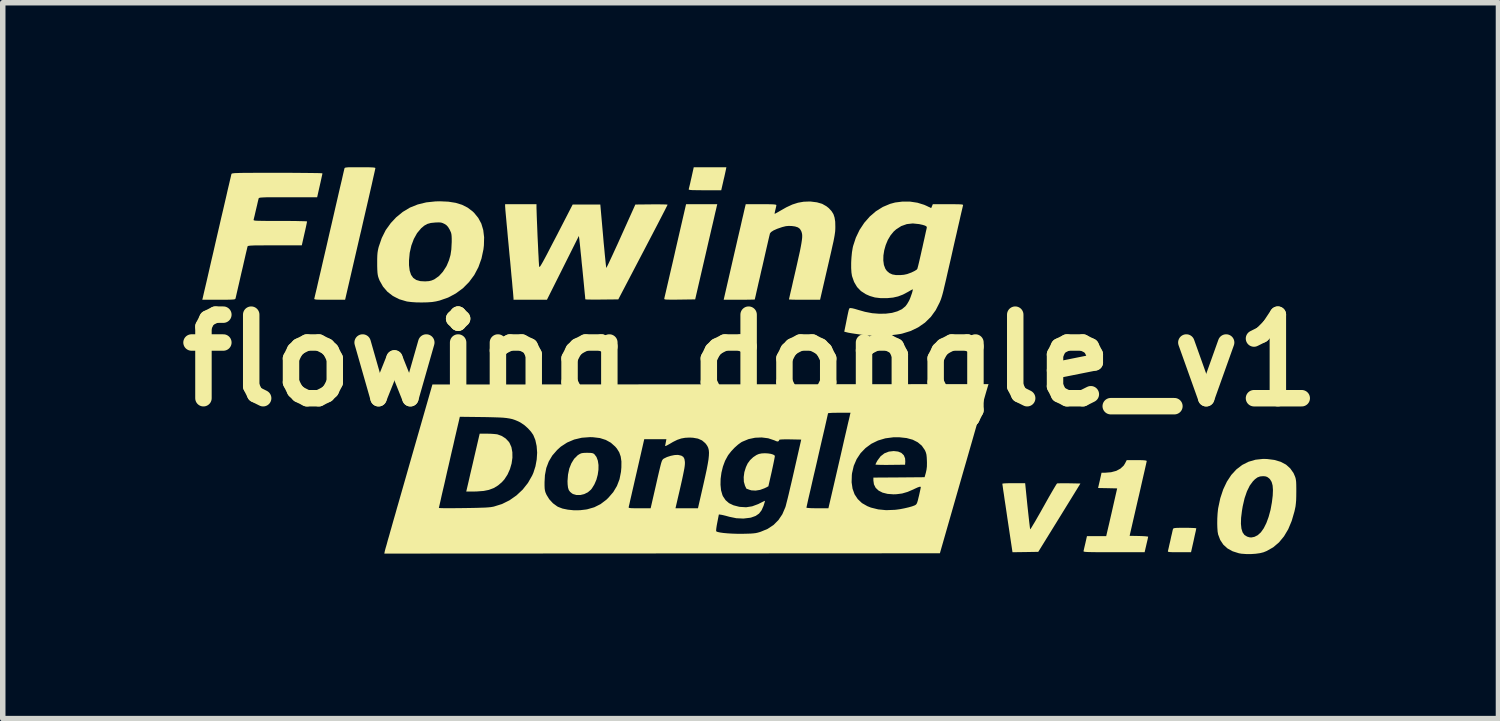
<source format=kicad_pcb>
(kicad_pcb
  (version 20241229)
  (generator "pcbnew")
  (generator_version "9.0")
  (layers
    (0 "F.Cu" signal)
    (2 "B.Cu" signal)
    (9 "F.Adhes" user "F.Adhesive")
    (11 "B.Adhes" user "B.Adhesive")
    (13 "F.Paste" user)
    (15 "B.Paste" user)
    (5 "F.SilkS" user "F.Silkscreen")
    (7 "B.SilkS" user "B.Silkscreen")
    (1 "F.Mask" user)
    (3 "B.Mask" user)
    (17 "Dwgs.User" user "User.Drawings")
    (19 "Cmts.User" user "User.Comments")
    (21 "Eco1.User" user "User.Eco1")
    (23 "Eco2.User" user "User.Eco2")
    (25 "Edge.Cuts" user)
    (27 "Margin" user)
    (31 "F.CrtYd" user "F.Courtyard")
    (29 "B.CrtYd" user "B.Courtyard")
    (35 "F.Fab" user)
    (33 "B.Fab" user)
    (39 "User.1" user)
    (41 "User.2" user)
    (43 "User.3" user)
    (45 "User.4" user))
  (footprint "flowing_dongle_v1"
    (layer "F.Cu")
    (at 10.639 3.523)
    (property "Reference" "flowing_dongle_v1" (at 0 0 0) (layer "F.SilkS") (effects (font (size 1.524 1.524) (thickness 0.3))))
    (attr board_only exclude_from_pos_files exclude_from_bom)
    (fp_poly (pts (xy 2.69 1.662) (xy 2.751 1.688) (xy 2.794 1.73) (xy 2.817 1.786) (xy 2.821 1.844) (xy 2.817 1.902) (xy 2.547 1.905) (xy 2.467 1.906) (xy 2.397 1.905) (xy 2.339 1.904) (xy 2.299 1.902) (xy 2.278 1.9) (xy 2.277 1.899) (xy 2.283 1.883) (xy 2.298 1.853) (xy 2.315 1.823) (xy 2.371 1.748) (xy 2.439 1.695) (xy 2.521 1.663) (xy 2.61 1.653)) (stroke (width 0) (type solid)) (fill yes) (layer "F.SilkS"))
    (fp_poly (pts (xy -0.45 -3.482) (xy -0.456 -3.454) (xy -0.466 -3.408) (xy -0.479 -3.349) (xy -0.495 -3.283) (xy -0.497 -3.272) (xy -0.536 -3.103) (xy -0.836 -3.103) (xy -0.934 -3.104) (xy -1.01 -3.105) (xy -1.065 -3.106) (xy -1.101 -3.109) (xy -1.122 -3.113) (xy -1.129 -3.118) (xy -1.129 -3.119) (xy -1.125 -3.137) (xy -1.116 -3.174) (xy -1.103 -3.227) (xy -1.089 -3.291) (xy -1.08 -3.329) (xy -1.037 -3.523) (xy -0.739 -3.523) (xy -0.442 -3.523)) (stroke (width 0) (type solid)) (fill yes) (layer "F.SilkS"))
    (fp_poly (pts (xy -4.748 1.337) (xy -4.686 1.341) (xy -4.636 1.346) (xy -4.617 1.349) (xy -4.54 1.377) (xy -4.468 1.423) (xy -4.411 1.483) (xy -4.397 1.503) (xy -4.362 1.582) (xy -4.345 1.675) (xy -4.344 1.775) (xy -4.359 1.88) (xy -4.389 1.983) (xy -4.433 2.081) (xy -4.49 2.169) (xy -4.533 2.217) (xy -4.606 2.28) (xy -4.685 2.328) (xy -4.773 2.361) (xy -4.876 2.381) (xy -4.997 2.39) (xy -5.045 2.391) (xy -5.186 2.391) (xy -5.145 2.216) (xy -5.131 2.155) (xy -5.113 2.075) (xy -5.091 1.982) (xy -5.067 1.88) (xy -5.043 1.775) (xy -5.023 1.689) (xy -4.941 1.336) (xy -4.812 1.336)) (stroke (width 0) (type solid)) (fill yes) (layer "F.SilkS"))
    (fp_poly (pts (xy -0.617 -2.814) (xy -0.621 -2.796) (xy -0.63 -2.755) (xy -0.645 -2.694) (xy -0.663 -2.614) (xy -0.685 -2.518) (xy -0.711 -2.408) (xy -0.739 -2.287) (xy -0.77 -2.155) (xy -0.802 -2.015) (xy -0.818 -1.946) (xy -1.011 -1.113) (xy -1.296 -1.109) (xy -1.388 -1.108) (xy -1.458 -1.108) (xy -1.508 -1.109) (xy -1.542 -1.11) (xy -1.562 -1.113) (xy -1.572 -1.117) (xy -1.575 -1.123) (xy -1.574 -1.129) (xy -1.571 -1.144) (xy -1.562 -1.183) (xy -1.548 -1.242) (xy -1.53 -1.32) (xy -1.508 -1.415) (xy -1.483 -1.523) (xy -1.455 -1.644) (xy -1.424 -1.776) (xy -1.392 -1.915) (xy -1.373 -2) (xy -1.177 -2.849) (xy -0.608 -2.849)) (stroke (width 0) (type solid)) (fill yes) (layer "F.SilkS"))
    (fp_poly (pts (xy 0.316 1.696) (xy 0.369 1.704) (xy 0.411 1.717) (xy 0.437 1.733) (xy 0.442 1.743) (xy 0.44 1.76) (xy 0.433 1.799) (xy 0.422 1.854) (xy 0.408 1.922) (xy 0.391 2) (xy 0.385 2.029) (xy 0.324 2.296) (xy 0.252 2.332) (xy 0.173 2.361) (xy 0.092 2.374) (xy 0.016 2.37) (xy -0.019 2.36) (xy -0.051 2.348) (xy -0.071 2.341) (xy -0.074 2.341) (xy -0.081 2.33) (xy -0.094 2.303) (xy -0.102 2.286) (xy -0.123 2.213) (xy -0.126 2.128) (xy -0.114 2.037) (xy -0.085 1.945) (xy -0.054 1.879) (xy -0.01 1.819) (xy 0.047 1.765) (xy 0.109 1.724) (xy 0.152 1.706) (xy 0.202 1.696) (xy 0.258 1.693)) (stroke (width 0) (type solid)) (fill yes) (layer "F.SilkS"))
    (fp_poly (pts (xy -2.926 1.686) (xy -2.89 1.69) (xy -2.865 1.699) (xy -2.849 1.711) (xy -2.811 1.761) (xy -2.786 1.828) (xy -2.774 1.907) (xy -2.775 1.994) (xy -2.788 2.085) (xy -2.812 2.175) (xy -2.848 2.259) (xy -2.894 2.334) (xy -2.913 2.358) (xy -2.968 2.405) (xy -3.035 2.438) (xy -3.106 2.455) (xy -3.176 2.455) (xy -3.238 2.437) (xy -3.257 2.426) (xy -3.292 2.397) (xy -3.316 2.364) (xy -3.33 2.32) (xy -3.337 2.261) (xy -3.339 2.2) (xy -3.33 2.082) (xy -3.307 1.972) (xy -3.268 1.875) (xy -3.218 1.794) (xy -3.156 1.732) (xy -3.14 1.721) (xy -3.11 1.703) (xy -3.081 1.692) (xy -3.047 1.687) (xy -2.997 1.685) (xy -2.982 1.685)) (stroke (width 0) (type solid)) (fill yes) (layer "F.SilkS"))
    (fp_poly (pts (xy 7.988 3.053) (xy 8.048 3.055) (xy 8.094 3.057) (xy 8.121 3.06) (xy 8.128 3.062) (xy 8.125 3.077) (xy 8.118 3.113) (xy 8.106 3.164) (xy 8.092 3.228) (xy 8.08 3.285) (xy 8.032 3.498) (xy 7.818 3.498) (xy 7.74 3.498) (xy 7.684 3.497) (xy 7.646 3.495) (xy 7.623 3.492) (xy 7.612 3.487) (xy 7.61 3.48) (xy 7.611 3.475) (xy 7.616 3.455) (xy 7.625 3.416) (xy 7.637 3.361) (xy 7.652 3.298) (xy 7.657 3.275) (xy 7.671 3.21) (xy 7.685 3.152) (xy 7.695 3.106) (xy 7.702 3.079) (xy 7.703 3.075) (xy 7.708 3.067) (xy 7.718 3.061) (xy 7.739 3.057) (xy 7.773 3.054) (xy 7.824 3.053) (xy 7.895 3.053) (xy 7.918 3.053)) (stroke (width 0) (type solid)) (fill yes) (layer "F.SilkS"))
    (fp_poly (pts (xy 5.049 2.655) (xy 5.06 2.755) (xy 5.07 2.847) (xy 5.079 2.928) (xy 5.087 2.995) (xy 5.093 3.044) (xy 5.097 3.074) (xy 5.099 3.08) (xy 5.107 3.071) (xy 5.125 3.043) (xy 5.153 2.996) (xy 5.19 2.935) (xy 5.232 2.861) (xy 5.281 2.776) (xy 5.333 2.683) (xy 5.341 2.669) (xy 5.394 2.574) (xy 5.443 2.487) (xy 5.488 2.409) (xy 5.526 2.344) (xy 5.557 2.292) (xy 5.578 2.258) (xy 5.589 2.244) (xy 5.589 2.243) (xy 5.606 2.242) (xy 5.644 2.241) (xy 5.698 2.24) (xy 5.764 2.241) (xy 5.81 2.241) (xy 6.015 2.245) (xy 5.631 2.868) (xy 5.246 3.491) (xy 5.011 3.495) (xy 4.776 3.498) (xy 4.683 2.878) (xy 4.665 2.755) (xy 4.648 2.64) (xy 4.632 2.536) (xy 4.619 2.443) (xy 4.607 2.366) (xy 4.599 2.306) (xy 4.593 2.266) (xy 4.591 2.249) (xy 4.591 2.248) (xy 4.603 2.245) (xy 4.637 2.242) (xy 4.687 2.24) (xy 4.75 2.239) (xy 4.799 2.239) (xy 5.007 2.239)) (stroke (width 0) (type solid)) (fill yes) (layer "F.SilkS"))
    (fp_poly (pts (xy -7.027 -3.523) (xy -6.954 -3.522) (xy -6.901 -3.52) (xy -6.867 -3.517) (xy -6.848 -3.513) (xy -6.843 -3.507) (xy -6.846 -3.493) (xy -6.854 -3.455) (xy -6.867 -3.397) (xy -6.885 -3.318) (xy -6.906 -3.222) (xy -6.932 -3.109) (xy -6.961 -2.982) (xy -6.993 -2.843) (xy -7.028 -2.692) (xy -7.065 -2.532) (xy -7.103 -2.365) (xy -7.119 -2.299) (xy -7.395 -1.107) (xy -7.679 -1.107) (xy -7.771 -1.107) (xy -7.841 -1.107) (xy -7.891 -1.108) (xy -7.925 -1.11) (xy -7.946 -1.114) (xy -7.955 -1.118) (xy -7.958 -1.124) (xy -7.957 -1.129) (xy -7.953 -1.144) (xy -7.944 -1.183) (xy -7.93 -1.242) (xy -7.911 -1.321) (xy -7.889 -1.418) (xy -7.863 -1.531) (xy -7.833 -1.658) (xy -7.801 -1.798) (xy -7.766 -1.948) (xy -7.729 -2.107) (xy -7.691 -2.274) (xy -7.683 -2.309) (xy -7.644 -2.476) (xy -7.607 -2.637) (xy -7.572 -2.79) (xy -7.539 -2.932) (xy -7.509 -3.063) (xy -7.482 -3.179) (xy -7.458 -3.28) (xy -7.439 -3.364) (xy -7.424 -3.429) (xy -7.414 -3.472) (xy -7.409 -3.493) (xy -7.409 -3.495) (xy -7.406 -3.504) (xy -7.401 -3.511) (xy -7.39 -3.516) (xy -7.369 -3.519) (xy -7.337 -3.522) (xy -7.289 -3.523) (xy -7.223 -3.523) (xy -7.134 -3.523) (xy -7.122 -3.523)) (stroke (width 0) (type solid)) (fill yes) (layer "F.SilkS"))
    (fp_poly (pts (xy 7.118 1.819) (xy 7.171 1.821) (xy 7.204 1.825) (xy 7.221 1.83) (xy 7.224 1.835) (xy 7.221 1.85) (xy 7.213 1.887) (xy 7.2 1.945) (xy 7.183 2.02) (xy 7.162 2.111) (xy 7.138 2.216) (xy 7.112 2.331) (xy 7.084 2.454) (xy 7.067 2.525) (xy 6.912 3.199) (xy 7.081 3.202) (xy 7.143 3.204) (xy 7.195 3.207) (xy 7.232 3.211) (xy 7.249 3.214) (xy 7.25 3.215) (xy 7.247 3.231) (xy 7.24 3.265) (xy 7.229 3.312) (xy 7.224 3.332) (xy 7.212 3.385) (xy 7.201 3.431) (xy 7.194 3.463) (xy 7.192 3.469) (xy 7.186 3.498) (xy 6.626 3.498) (xy 6.491 3.498) (xy 6.381 3.497) (xy 6.291 3.497) (xy 6.22 3.496) (xy 6.166 3.495) (xy 6.127 3.493) (xy 6.1 3.491) (xy 6.083 3.488) (xy 6.074 3.484) (xy 6.071 3.48) (xy 6.072 3.475) (xy 6.077 3.454) (xy 6.086 3.414) (xy 6.098 3.363) (xy 6.106 3.329) (xy 6.134 3.205) (xy 6.485 3.205) (xy 6.524 3.037) (xy 6.54 2.97) (xy 6.559 2.886) (xy 6.581 2.791) (xy 6.603 2.694) (xy 6.624 2.601) (xy 6.685 2.334) (xy 6.511 2.33) (xy 6.337 2.327) (xy 6.355 2.248) (xy 6.368 2.193) (xy 6.38 2.138) (xy 6.387 2.108) (xy 6.4 2.048) (xy 6.467 2.048) (xy 6.575 2.039) (xy 6.669 2.014) (xy 6.745 1.973) (xy 6.804 1.918) (xy 6.828 1.879) (xy 6.859 1.819) (xy 7.042 1.819)) (stroke (width 0) (type solid)) (fill yes) (layer "F.SilkS"))
    (fp_poly (pts (xy 9.419 1.798) (xy 9.552 1.815) (xy 9.667 1.849) (xy 9.764 1.9) (xy 9.841 1.969) (xy 9.901 2.054) (xy 9.928 2.116) (xy 9.938 2.145) (xy 9.944 2.176) (xy 9.949 2.215) (xy 9.951 2.266) (xy 9.952 2.335) (xy 9.952 2.398) (xy 9.951 2.484) (xy 9.949 2.553) (xy 9.944 2.609) (xy 9.938 2.661) (xy 9.927 2.714) (xy 9.918 2.755) (xy 9.868 2.927) (xy 9.805 3.078) (xy 9.727 3.209) (xy 9.636 3.319) (xy 9.531 3.408) (xy 9.413 3.475) (xy 9.354 3.499) (xy 9.29 3.515) (xy 9.21 3.526) (xy 9.121 3.532) (xy 9.032 3.531) (xy 8.951 3.525) (xy 8.905 3.517) (xy 8.791 3.481) (xy 8.697 3.429) (xy 8.621 3.36) (xy 8.564 3.274) (xy 8.526 3.173) (xy 8.517 3.122) (xy 8.512 3.052) (xy 8.51 2.98) (xy 8.942 2.98) (xy 8.951 3.067) (xy 8.972 3.135) (xy 9.006 3.183) (xy 9.053 3.212) (xy 9.057 3.214) (xy 9.097 3.226) (xy 9.13 3.229) (xy 9.168 3.222) (xy 9.19 3.217) (xy 9.249 3.187) (xy 9.306 3.135) (xy 9.359 3.06) (xy 9.406 2.966) (xy 9.447 2.854) (xy 9.482 2.726) (xy 9.507 2.588) (xy 9.522 2.465) (xy 9.526 2.363) (xy 9.52 2.281) (xy 9.502 2.216) (xy 9.472 2.167) (xy 9.455 2.15) (xy 9.421 2.125) (xy 9.387 2.114) (xy 9.347 2.111) (xy 9.291 2.116) (xy 9.243 2.134) (xy 9.197 2.168) (xy 9.162 2.203) (xy 9.103 2.283) (xy 9.052 2.387) (xy 9.009 2.512) (xy 8.975 2.658) (xy 8.961 2.741) (xy 8.945 2.871) (xy 8.942 2.98) (xy 8.51 2.98) (xy 8.51 2.97) (xy 8.511 2.882) (xy 8.516 2.795) (xy 8.524 2.716) (xy 8.528 2.69) (xy 8.566 2.512) (xy 8.619 2.352) (xy 8.686 2.211) (xy 8.766 2.089) (xy 8.859 1.988) (xy 8.964 1.907) (xy 9.081 1.848) (xy 9.208 1.811) (xy 9.346 1.796)) (stroke (width 0) (type solid)) (fill yes) (layer "F.SilkS"))
    (fp_poly (pts (xy -5.512 -2.895) (xy -5.379 -2.874) (xy -5.262 -2.838) (xy -5.16 -2.786) (xy -5.069 -2.717) (xy -5.043 -2.692) (xy -4.967 -2.599) (xy -4.911 -2.495) (xy -4.876 -2.378) (xy -4.86 -2.246) (xy -4.864 -2.099) (xy -4.872 -2.027) (xy -4.908 -1.858) (xy -4.964 -1.701) (xy -5.04 -1.557) (xy -5.135 -1.429) (xy -5.247 -1.316) (xy -5.375 -1.222) (xy -5.517 -1.146) (xy -5.672 -1.092) (xy -5.74 -1.076) (xy -5.81 -1.065) (xy -5.897 -1.059) (xy -5.994 -1.057) (xy -6.091 -1.058) (xy -6.182 -1.064) (xy -6.257 -1.073) (xy -6.277 -1.077) (xy -6.408 -1.116) (xy -6.524 -1.175) (xy -6.623 -1.252) (xy -6.704 -1.346) (xy -6.766 -1.456) (xy -6.782 -1.496) (xy -6.793 -1.529) (xy -6.8 -1.562) (xy -6.805 -1.601) (xy -6.808 -1.651) (xy -6.81 -1.719) (xy -6.81 -1.768) (xy -6.81 -1.823) (xy -6.23 -1.823) (xy -6.23 -1.737) (xy -6.218 -1.639) (xy -6.193 -1.562) (xy -6.153 -1.505) (xy -6.097 -1.467) (xy -6.024 -1.446) (xy -5.932 -1.441) (xy -5.927 -1.442) (xy -5.867 -1.446) (xy -5.82 -1.457) (xy -5.776 -1.475) (xy -5.763 -1.482) (xy -5.684 -1.538) (xy -5.613 -1.616) (xy -5.552 -1.71) (xy -5.539 -1.735) (xy -5.5 -1.829) (xy -5.473 -1.923) (xy -5.458 -2.024) (xy -5.452 -2.142) (xy -5.451 -2.157) (xy -5.451 -2.223) (xy -5.453 -2.269) (xy -5.457 -2.304) (xy -5.464 -2.332) (xy -5.477 -2.361) (xy -5.488 -2.385) (xy -5.517 -2.433) (xy -5.547 -2.466) (xy -5.584 -2.49) (xy -5.616 -2.505) (xy -5.645 -2.514) (xy -5.681 -2.517) (xy -5.732 -2.516) (xy -5.749 -2.515) (xy -5.831 -2.507) (xy -5.896 -2.489) (xy -5.953 -2.457) (xy -6.01 -2.409) (xy -6.01 -2.408) (xy -6.083 -2.321) (xy -6.142 -2.215) (xy -6.187 -2.095) (xy -6.217 -1.963) (xy -6.23 -1.823) (xy -6.81 -1.823) (xy -6.81 -1.85) (xy -6.808 -1.913) (xy -6.804 -1.963) (xy -6.797 -2.008) (xy -6.787 -2.053) (xy -6.782 -2.072) (xy -6.727 -2.232) (xy -6.655 -2.376) (xy -6.562 -2.505) (xy -6.465 -2.609) (xy -6.343 -2.709) (xy -6.213 -2.787) (xy -6.071 -2.844) (xy -5.916 -2.882) (xy -5.747 -2.9) (xy -5.665 -2.902)) (stroke (width 0) (type solid)) (fill yes) (layer "F.SilkS"))
    (fp_poly (pts (xy -3.905 -2.814) (xy -3.905 -2.78) (xy -3.903 -2.726) (xy -3.901 -2.655) (xy -3.898 -2.571) (xy -3.894 -2.477) (xy -3.89 -2.377) (xy -3.886 -2.273) (xy -3.881 -2.169) (xy -3.876 -2.068) (xy -3.872 -1.973) (xy -3.867 -1.888) (xy -3.864 -1.816) (xy -3.86 -1.761) (xy -3.858 -1.725) (xy -3.856 -1.712) (xy -3.853 -1.706) (xy -3.848 -1.706) (xy -3.839 -1.714) (xy -3.827 -1.732) (xy -3.809 -1.762) (xy -3.785 -1.804) (xy -3.754 -1.861) (xy -3.715 -1.934) (xy -3.668 -2.025) (xy -3.611 -2.135) (xy -3.546 -2.259) (xy -3.245 -2.843) (xy -2.741 -2.843) (xy -2.69 -2.268) (xy -2.68 -2.15) (xy -2.669 -2.04) (xy -2.66 -1.94) (xy -2.651 -1.853) (xy -2.644 -1.782) (xy -2.638 -1.728) (xy -2.634 -1.696) (xy -2.632 -1.687) (xy -2.626 -1.697) (xy -2.61 -1.728) (xy -2.586 -1.777) (xy -2.555 -1.844) (xy -2.517 -1.925) (xy -2.474 -2.019) (xy -2.426 -2.123) (xy -2.376 -2.234) (xy -2.364 -2.261) (xy -2.102 -2.843) (xy -1.808 -2.846) (xy -1.725 -2.847) (xy -1.65 -2.846) (xy -1.589 -2.845) (xy -1.544 -2.844) (xy -1.518 -2.841) (xy -1.514 -2.84) (xy -1.52 -2.827) (xy -1.537 -2.794) (xy -1.563 -2.742) (xy -1.599 -2.672) (xy -1.643 -2.587) (xy -1.694 -2.488) (xy -1.752 -2.377) (xy -1.815 -2.256) (xy -1.883 -2.126) (xy -1.954 -1.99) (xy -1.964 -1.971) (xy -2.413 -1.113) (xy -2.714 -1.11) (xy -2.798 -1.109) (xy -2.873 -1.109) (xy -2.936 -1.11) (xy -2.982 -1.111) (xy -3.009 -1.113) (xy -3.014 -1.114) (xy -3.016 -1.13) (xy -3.019 -1.168) (xy -3.025 -1.224) (xy -3.032 -1.297) (xy -3.04 -1.381) (xy -3.049 -1.475) (xy -3.059 -1.575) (xy -3.069 -1.678) (xy -3.08 -1.78) (xy -3.089 -1.879) (xy -3.099 -1.971) (xy -3.107 -2.053) (xy -3.114 -2.121) (xy -3.12 -2.173) (xy -3.123 -2.206) (xy -3.124 -2.213) (xy -3.132 -2.27) (xy -3.423 -1.688) (xy -3.714 -1.107) (xy -4.324 -1.107) (xy -4.324 -1.136) (xy -4.326 -1.153) (xy -4.329 -1.194) (xy -4.334 -1.255) (xy -4.342 -1.335) (xy -4.35 -1.432) (xy -4.361 -1.542) (xy -4.372 -1.665) (xy -4.384 -1.797) (xy -4.398 -1.937) (xy -4.401 -1.97) (xy -4.414 -2.112) (xy -4.427 -2.247) (xy -4.438 -2.372) (xy -4.449 -2.487) (xy -4.458 -2.588) (xy -4.466 -2.673) (xy -4.472 -2.74) (xy -4.475 -2.786) (xy -4.477 -2.811) (xy -4.477 -2.813) (xy -4.477 -2.849) (xy -3.905 -2.849)) (stroke (width 0) (type solid)) (fill yes) (layer "F.SilkS"))
    (fp_poly (pts (xy 1.099 -2.897) (xy 1.21 -2.883) (xy 1.304 -2.856) (xy 1.382 -2.812) (xy 1.426 -2.777) (xy 1.475 -2.724) (xy 1.51 -2.669) (xy 1.531 -2.606) (xy 1.543 -2.53) (xy 1.545 -2.448) (xy 1.545 -2.415) (xy 1.544 -2.384) (xy 1.542 -2.352) (xy 1.537 -2.316) (xy 1.531 -2.275) (xy 1.522 -2.225) (xy 1.51 -2.164) (xy 1.493 -2.09) (xy 1.473 -1.999) (xy 1.448 -1.89) (xy 1.418 -1.76) (xy 1.406 -1.708) (xy 1.267 -1.107) (xy 0.983 -1.107) (xy 0.901 -1.107) (xy 0.829 -1.107) (xy 0.769 -1.108) (xy 0.726 -1.11) (xy 0.703 -1.111) (xy 0.7 -1.112) (xy 0.702 -1.125) (xy 0.71 -1.16) (xy 0.722 -1.214) (xy 0.738 -1.282) (xy 0.757 -1.363) (xy 0.777 -1.454) (xy 0.783 -1.478) (xy 0.82 -1.638) (xy 0.851 -1.775) (xy 0.877 -1.892) (xy 0.899 -1.99) (xy 0.915 -2.072) (xy 0.927 -2.139) (xy 0.935 -2.193) (xy 0.94 -2.237) (xy 0.941 -2.273) (xy 0.939 -2.302) (xy 0.934 -2.326) (xy 0.927 -2.348) (xy 0.923 -2.359) (xy 0.899 -2.399) (xy 0.863 -2.426) (xy 0.811 -2.443) (xy 0.753 -2.451) (xy 0.694 -2.453) (xy 0.641 -2.448) (xy 0.581 -2.433) (xy 0.571 -2.43) (xy 0.484 -2.4) (xy 0.417 -2.37) (xy 0.373 -2.341) (xy 0.352 -2.314) (xy 0.352 -2.312) (xy 0.347 -2.291) (xy 0.337 -2.25) (xy 0.323 -2.19) (xy 0.306 -2.116) (xy 0.286 -2.029) (xy 0.264 -1.933) (xy 0.241 -1.831) (xy 0.217 -1.726) (xy 0.192 -1.621) (xy 0.169 -1.517) (xy 0.146 -1.42) (xy 0.126 -1.331) (xy 0.108 -1.253) (xy 0.094 -1.189) (xy 0.083 -1.143) (xy 0.077 -1.116) (xy 0.076 -1.111) (xy 0.064 -1.11) (xy 0.03 -1.109) (xy -0.022 -1.108) (xy -0.089 -1.107) (xy -0.167 -1.107) (xy -0.208 -1.107) (xy -0.491 -1.107) (xy -0.299 -1.943) (xy -0.266 -2.085) (xy -0.235 -2.221) (xy -0.205 -2.349) (xy -0.178 -2.465) (xy -0.155 -2.568) (xy -0.134 -2.656) (xy -0.118 -2.727) (xy -0.106 -2.778) (xy -0.099 -2.808) (xy -0.097 -2.814) (xy -0.089 -2.849) (xy 0.191 -2.849) (xy 0.287 -2.849) (xy 0.36 -2.848) (xy 0.412 -2.846) (xy 0.446 -2.843) (xy 0.465 -2.838) (xy 0.47 -2.833) (xy 0.467 -2.813) (xy 0.459 -2.777) (xy 0.452 -2.748) (xy 0.443 -2.709) (xy 0.438 -2.682) (xy 0.438 -2.674) (xy 0.45 -2.678) (xy 0.478 -2.693) (xy 0.517 -2.715) (xy 0.53 -2.723) (xy 0.651 -2.792) (xy 0.761 -2.843) (xy 0.864 -2.876) (xy 0.966 -2.894) (xy 1.07 -2.898)) (stroke (width 0) (type solid)) (fill yes) (layer "F.SilkS"))
    (fp_poly (pts (xy -8.493 -3.421) (xy -8.358 -3.421) (xy -8.234 -3.42) (xy -8.121 -3.419) (xy -8.022 -3.418) (xy -7.94 -3.417) (xy -7.875 -3.416) (xy -7.832 -3.414) (xy -7.811 -3.412) (xy -7.809 -3.412) (xy -7.811 -3.397) (xy -7.819 -3.361) (xy -7.83 -3.31) (xy -7.844 -3.246) (xy -7.857 -3.189) (xy -7.905 -2.976) (xy -8.435 -2.976) (xy -8.565 -2.976) (xy -8.673 -2.976) (xy -8.759 -2.975) (xy -8.827 -2.975) (xy -8.878 -2.973) (xy -8.916 -2.971) (xy -8.941 -2.969) (xy -8.958 -2.965) (xy -8.967 -2.961) (xy -8.971 -2.956) (xy -8.972 -2.954) (xy -8.977 -2.934) (xy -8.987 -2.894) (xy -8.999 -2.84) (xy -9.014 -2.777) (xy -9.018 -2.76) (xy -9.033 -2.696) (xy -9.046 -2.639) (xy -9.057 -2.595) (xy -9.063 -2.569) (xy -9.064 -2.566) (xy -9.064 -2.56) (xy -9.06 -2.556) (xy -9.05 -2.552) (xy -9.03 -2.549) (xy -8.999 -2.547) (xy -8.954 -2.546) (xy -8.894 -2.545) (xy -8.815 -2.544) (xy -8.715 -2.544) (xy -8.593 -2.544) (xy -8.58 -2.544) (xy -8.471 -2.544) (xy -8.37 -2.543) (xy -8.281 -2.542) (xy -8.206 -2.54) (xy -8.147 -2.539) (xy -8.107 -2.537) (xy -8.09 -2.535) (xy -8.089 -2.534) (xy -8.092 -2.519) (xy -8.099 -2.484) (xy -8.11 -2.432) (xy -8.124 -2.368) (xy -8.137 -2.312) (xy -8.185 -2.099) (xy -8.677 -2.099) (xy -8.802 -2.099) (xy -8.904 -2.098) (xy -8.985 -2.098) (xy -9.048 -2.097) (xy -9.096 -2.095) (xy -9.129 -2.093) (xy -9.151 -2.09) (xy -9.165 -2.087) (xy -9.172 -2.082) (xy -9.175 -2.076) (xy -9.179 -2.059) (xy -9.188 -2.02) (xy -9.202 -1.962) (xy -9.219 -1.888) (xy -9.239 -1.801) (xy -9.261 -1.704) (xy -9.285 -1.603) (xy -9.309 -1.498) (xy -9.331 -1.401) (xy -9.351 -1.315) (xy -9.368 -1.241) (xy -9.381 -1.184) (xy -9.39 -1.145) (xy -9.394 -1.129) (xy -9.398 -1.122) (xy -9.407 -1.116) (xy -9.424 -1.112) (xy -9.453 -1.11) (xy -9.495 -1.108) (xy -9.555 -1.107) (xy -9.636 -1.107) (xy -9.701 -1.107) (xy -10 -1.107) (xy -9.992 -1.138) (xy -9.988 -1.155) (xy -9.979 -1.195) (xy -9.965 -1.256) (xy -9.946 -1.336) (xy -9.923 -1.434) (xy -9.897 -1.547) (xy -9.868 -1.674) (xy -9.836 -1.814) (xy -9.801 -1.963) (xy -9.765 -2.121) (xy -9.73 -2.273) (xy -9.692 -2.437) (xy -9.656 -2.594) (xy -9.621 -2.742) (xy -9.589 -2.88) (xy -9.56 -3.005) (xy -9.535 -3.116) (xy -9.512 -3.212) (xy -9.494 -3.29) (xy -9.48 -3.348) (xy -9.472 -3.385) (xy -9.468 -3.399) (xy -9.466 -3.404) (xy -9.46 -3.407) (xy -9.448 -3.411) (xy -9.43 -3.413) (xy -9.403 -3.416) (xy -9.365 -3.417) (xy -9.315 -3.419) (xy -9.251 -3.42) (xy -9.17 -3.42) (xy -9.071 -3.421) (xy -8.952 -3.421) (xy -8.812 -3.421) (xy -8.648 -3.421) (xy -8.635 -3.421)) (stroke (width 0) (type solid)) (fill yes) (layer "F.SilkS"))
    (fp_poly (pts (xy 2.909 -2.896) (xy 3.042 -2.876) (xy 3.165 -2.838) (xy 3.208 -2.819) (xy 3.293 -2.778) (xy 3.308 -2.813) (xy 3.323 -2.849) (xy 3.602 -2.849) (xy 3.693 -2.849) (xy 3.762 -2.848) (xy 3.811 -2.847) (xy 3.844 -2.845) (xy 3.864 -2.842) (xy 3.873 -2.837) (xy 3.875 -2.831) (xy 3.874 -2.827) (xy 3.87 -2.811) (xy 3.861 -2.772) (xy 3.847 -2.713) (xy 3.829 -2.636) (xy 3.808 -2.542) (xy 3.783 -2.435) (xy 3.756 -2.315) (xy 3.726 -2.186) (xy 3.695 -2.05) (xy 3.689 -2.022) (xy 3.652 -1.857) (xy 3.619 -1.715) (xy 3.591 -1.594) (xy 3.568 -1.491) (xy 3.548 -1.406) (xy 3.531 -1.335) (xy 3.518 -1.278) (xy 3.506 -1.231) (xy 3.496 -1.194) (xy 3.487 -1.164) (xy 3.479 -1.139) (xy 3.472 -1.117) (xy 3.464 -1.097) (xy 3.455 -1.075) (xy 3.447 -1.056) (xy 3.376 -0.917) (xy 3.287 -0.794) (xy 3.18 -0.689) (xy 3.056 -0.603) (xy 2.917 -0.536) (xy 2.764 -0.489) (xy 2.735 -0.483) (xy 2.664 -0.472) (xy 2.575 -0.462) (xy 2.476 -0.455) (xy 2.374 -0.45) (xy 2.278 -0.449) (xy 2.195 -0.451) (xy 2.162 -0.453) (xy 2.11 -0.458) (xy 2.044 -0.466) (xy 1.973 -0.476) (xy 1.902 -0.486) (xy 1.837 -0.496) (xy 1.786 -0.505) (xy 1.76 -0.511) (xy 1.708 -0.524) (xy 1.738 -0.672) (xy 1.756 -0.763) (xy 1.77 -0.832) (xy 1.781 -0.883) (xy 1.789 -0.917) (xy 1.796 -0.938) (xy 1.803 -0.95) (xy 1.81 -0.954) (xy 1.818 -0.955) (xy 1.829 -0.954) (xy 1.83 -0.954) (xy 1.859 -0.95) (xy 1.903 -0.939) (xy 1.953 -0.924) (xy 1.956 -0.923) (xy 2.087 -0.886) (xy 2.218 -0.861) (xy 2.346 -0.851) (xy 2.467 -0.853) (xy 2.578 -0.867) (xy 2.676 -0.895) (xy 2.759 -0.934) (xy 2.822 -0.986) (xy 2.825 -0.989) (xy 2.854 -1.028) (xy 2.883 -1.077) (xy 2.897 -1.104) (xy 2.913 -1.143) (xy 2.929 -1.188) (xy 2.944 -1.231) (xy 2.954 -1.268) (xy 2.958 -1.292) (xy 2.957 -1.297) (xy 2.944 -1.291) (xy 2.916 -1.276) (xy 2.878 -1.254) (xy 2.875 -1.252) (xy 2.779 -1.201) (xy 2.69 -1.167) (xy 2.598 -1.146) (xy 2.494 -1.136) (xy 2.487 -1.136) (xy 2.369 -1.136) (xy 2.267 -1.148) (xy 2.175 -1.175) (xy 2.102 -1.207) (xy 2.012 -1.265) (xy 1.941 -1.339) (xy 1.887 -1.431) (xy 1.849 -1.539) (xy 1.839 -1.603) (xy 1.834 -1.684) (xy 1.834 -1.777) (xy 1.836 -1.823) (xy 2.42 -1.823) (xy 2.431 -1.741) (xy 2.457 -1.672) (xy 2.485 -1.632) (xy 2.531 -1.593) (xy 2.585 -1.568) (xy 2.653 -1.556) (xy 2.728 -1.556) (xy 2.796 -1.562) (xy 2.856 -1.575) (xy 2.921 -1.599) (xy 2.93 -1.602) (xy 2.988 -1.63) (xy 3.027 -1.654) (xy 3.041 -1.671) (xy 3.046 -1.69) (xy 3.057 -1.731) (xy 3.071 -1.789) (xy 3.088 -1.862) (xy 3.107 -1.945) (xy 3.127 -2.036) (xy 3.129 -2.041) (xy 3.149 -2.133) (xy 3.168 -2.217) (xy 3.184 -2.29) (xy 3.197 -2.35) (xy 3.207 -2.392) (xy 3.211 -2.412) (xy 3.212 -2.413) (xy 3.213 -2.432) (xy 3.203 -2.447) (xy 3.179 -2.459) (xy 3.138 -2.472) (xy 3.074 -2.486) (xy 3.074 -2.486) (xy 2.958 -2.498) (xy 2.849 -2.486) (xy 2.747 -2.45) (xy 2.654 -2.39) (xy 2.609 -2.35) (xy 2.551 -2.279) (xy 2.502 -2.196) (xy 2.464 -2.104) (xy 2.437 -2.009) (xy 2.422 -1.914) (xy 2.42 -1.823) (xy 1.836 -1.823) (xy 1.839 -1.874) (xy 1.848 -1.969) (xy 1.862 -2.054) (xy 1.869 -2.085) (xy 1.919 -2.238) (xy 1.987 -2.38) (xy 2.073 -2.51) (xy 2.173 -2.624) (xy 2.286 -2.721) (xy 2.411 -2.799) (xy 2.544 -2.855) (xy 2.636 -2.88) (xy 2.772 -2.897)) (stroke (width 0) (type solid)) (fill yes) (layer "F.SilkS"))
    (fp_poly (pts (xy 4.33 0.461) (xy 4.325 0.477) (xy 4.314 0.515) (xy 4.296 0.575) (xy 4.273 0.655) (xy 4.245 0.754) (xy 4.212 0.869) (xy 4.174 1) (xy 4.133 1.144) (xy 4.088 1.301) (xy 4.04 1.469) (xy 3.989 1.646) (xy 3.936 1.831) (xy 3.886 2.003) (xy 3.452 3.517) (xy -1.614 3.52) (xy -6.68 3.523) (xy -6.672 3.482) (xy -6.668 3.465) (xy -6.657 3.424) (xy -6.639 3.363) (xy -6.617 3.281) (xy -6.588 3.182) (xy -6.566 3.102) (xy -0.629 3.102) (xy -0.627 3.117) (xy -0.603 3.128) (xy -0.558 3.138) (xy -0.495 3.147) (xy -0.418 3.154) (xy -0.331 3.159) (xy -0.238 3.162) (xy -0.146 3.162) (xy -0.062 3.16) (xy 0.003 3.158) (xy 0.053 3.154) (xy 0.094 3.149) (xy 0.13 3.141) (xy 0.168 3.13) (xy 0.186 3.124) (xy 0.311 3.072) (xy 0.418 3.001) (xy 0.507 2.912) (xy 0.579 2.805) (xy 0.63 2.686) (xy 1.018 2.686) (xy 1.03 2.689) (xy 1.063 2.692) (xy 1.113 2.695) (xy 1.175 2.696) (xy 1.218 2.696) (xy 1.419 2.696) (xy 1.529 2.222) (xy 1.842 2.222) (xy 1.859 2.339) (xy 1.896 2.442) (xy 1.954 2.529) (xy 2.031 2.602) (xy 2.129 2.658) (xy 2.194 2.684) (xy 2.328 2.717) (xy 2.472 2.731) (xy 2.628 2.725) (xy 2.658 2.722) (xy 2.73 2.712) (xy 2.806 2.697) (xy 2.879 2.68) (xy 2.944 2.662) (xy 2.992 2.644) (xy 3.001 2.639) (xy 3.016 2.629) (xy 3.028 2.614) (xy 3.039 2.589) (xy 3.051 2.549) (xy 3.065 2.49) (xy 3.07 2.472) (xy 3.083 2.413) (xy 3.094 2.363) (xy 3.101 2.328) (xy 3.104 2.312) (xy 3.104 2.312) (xy 3.098 2.303) (xy 3.079 2.305) (xy 3.045 2.317) (xy 2.992 2.341) (xy 2.97 2.352) (xy 2.863 2.398) (xy 2.763 2.427) (xy 2.661 2.44) (xy 2.605 2.442) (xy 2.497 2.434) (xy 2.406 2.411) (xy 2.334 2.374) (xy 2.281 2.324) (xy 2.249 2.26) (xy 2.239 2.188) (xy 2.239 2.137) (xy 2.706 2.134) (xy 3.173 2.13) (xy 3.196 2.048) (xy 3.208 1.993) (xy 3.215 1.935) (xy 3.216 1.864) (xy 3.215 1.832) (xy 3.212 1.767) (xy 3.207 1.72) (xy 3.198 1.684) (xy 3.185 1.651) (xy 3.176 1.633) (xy 3.122 1.555) (xy 3.048 1.493) (xy 2.956 1.446) (xy 2.845 1.416) (xy 2.717 1.402) (xy 2.602 1.402) (xy 2.457 1.421) (xy 2.323 1.461) (xy 2.202 1.52) (xy 2.096 1.598) (xy 2.006 1.691) (xy 1.934 1.8) (xy 1.881 1.922) (xy 1.85 2.056) (xy 1.846 2.089) (xy 1.842 2.222) (xy 1.529 2.222) (xy 1.614 1.854) (xy 1.647 1.711) (xy 1.678 1.575) (xy 1.707 1.447) (xy 1.734 1.331) (xy 1.758 1.228) (xy 1.778 1.14) (xy 1.795 1.07) (xy 1.807 1.018) (xy 1.813 0.989) (xy 1.815 0.983) (xy 1.822 0.954) (xy 1.617 0.954) (xy 1.548 0.955) (xy 1.489 0.956) (xy 1.444 0.959) (xy 1.417 0.962) (xy 1.412 0.964) (xy 1.409 0.978) (xy 1.401 1.014) (xy 1.388 1.072) (xy 1.371 1.147) (xy 1.35 1.24) (xy 1.325 1.347) (xy 1.297 1.467) (xy 1.267 1.597) (xy 1.235 1.736) (xy 1.215 1.825) (xy 1.182 1.968) (xy 1.15 2.103) (xy 1.121 2.23) (xy 1.095 2.345) (xy 1.071 2.447) (xy 1.051 2.533) (xy 1.036 2.602) (xy 1.025 2.652) (xy 1.019 2.68) (xy 1.018 2.686) (xy 0.63 2.686) (xy 0.633 2.679) (xy 0.636 2.671) (xy 0.644 2.642) (xy 0.657 2.59) (xy 0.675 2.52) (xy 0.696 2.434) (xy 0.719 2.334) (xy 0.745 2.225) (xy 0.772 2.108) (xy 0.793 2.016) (xy 0.923 1.444) (xy 0.726 1.44) (xy 0.658 1.439) (xy 0.599 1.44) (xy 0.555 1.442) (xy 0.529 1.445) (xy 0.525 1.446) (xy 0.513 1.47) (xy 0.498 1.479) (xy 0.471 1.474) (xy 0.432 1.457) (xy 0.321 1.42) (xy 0.203 1.405) (xy 0.082 1.41) (xy -0.037 1.435) (xy -0.148 1.481) (xy -0.171 1.493) (xy -0.229 1.535) (xy -0.292 1.591) (xy -0.353 1.656) (xy -0.405 1.722) (xy -0.416 1.739) (xy -0.466 1.831) (xy -0.505 1.936) (xy -0.532 2.047) (xy -0.547 2.16) (xy -0.549 2.269) (xy -0.539 2.369) (xy -0.514 2.456) (xy -0.504 2.478) (xy -0.456 2.549) (xy -0.394 2.603) (xy -0.313 2.642) (xy -0.213 2.668) (xy -0.196 2.671) (xy -0.082 2.678) (xy 0.028 2.661) (xy 0.139 2.62) (xy 0.164 2.607) (xy 0.208 2.585) (xy 0.242 2.568) (xy 0.26 2.561) (xy 0.262 2.56) (xy 0.26 2.573) (xy 0.251 2.603) (xy 0.238 2.645) (xy 0.236 2.652) (xy 0.2 2.733) (xy 0.154 2.793) (xy 0.092 2.836) (xy 0.011 2.865) (xy -0.006 2.869) (xy -0.13 2.884) (xy -0.261 2.878) (xy -0.391 2.851) (xy -0.401 2.848) (xy -0.452 2.834) (xy -0.501 2.822) (xy -0.535 2.815) (xy -0.579 2.809) (xy -0.608 2.958) (xy -0.619 3.017) (xy -0.626 3.066) (xy -0.629 3.102) (xy -6.566 3.102) (xy -6.555 3.065) (xy -6.518 2.933) (xy -6.476 2.788) (xy -6.449 2.691) (xy -5.685 2.691) (xy -5.673 2.692) (xy -5.638 2.694) (xy -5.584 2.695) (xy -5.512 2.695) (xy -5.427 2.695) (xy -5.33 2.694) (xy -5.231 2.693) (xy -5.102 2.691) (xy -4.997 2.689) (xy -4.911 2.686) (xy -4.842 2.684) (xy -4.786 2.68) (xy -4.742 2.676) (xy -4.706 2.67) (xy -4.681 2.665) (xy -4.534 2.619) (xy -4.397 2.551) (xy -4.27 2.462) (xy -4.157 2.356) (xy -4.061 2.235) (xy -4.052 2.219) (xy -3.758 2.219) (xy -3.758 2.286) (xy -3.756 2.334) (xy -3.751 2.37) (xy -3.743 2.402) (xy -3.729 2.435) (xy -3.722 2.451) (xy -3.672 2.532) (xy -3.605 2.605) (xy -3.527 2.662) (xy -3.511 2.671) (xy -3.43 2.702) (xy -3.333 2.722) (xy -3.224 2.733) (xy -3.112 2.732) (xy -3.002 2.719) (xy -2.979 2.715) (xy -2.868 2.683) (xy -2.224 2.683) (xy -2.217 2.689) (xy -2.201 2.692) (xy -2.171 2.695) (xy -2.123 2.696) (xy -2.056 2.696) (xy -2.026 2.696) (xy -1.823 2.696) (xy -1.722 2.256) (xy -1.696 2.14) (xy -1.674 2.046) (xy -1.656 1.971) (xy -1.642 1.914) (xy -1.631 1.872) (xy -1.621 1.842) (xy -1.612 1.821) (xy -1.603 1.808) (xy -1.595 1.799) (xy -1.585 1.792) (xy -1.584 1.791) (xy -1.525 1.762) (xy -1.456 1.74) (xy -1.388 1.726) (xy -1.328 1.723) (xy -1.32 1.724) (xy -1.263 1.737) (xy -1.227 1.76) (xy -1.207 1.797) (xy -1.199 1.847) (xy -1.198 1.869) (xy -1.199 1.895) (xy -1.202 1.927) (xy -1.208 1.968) (xy -1.218 2.02) (xy -1.231 2.085) (xy -1.248 2.166) (xy -1.27 2.264) (xy -1.297 2.382) (xy -1.33 2.523) (xy -1.334 2.541) (xy -1.37 2.696) (xy -1.165 2.696) (xy -0.96 2.696) (xy -0.859 2.254) (xy -0.827 2.111) (xy -0.801 1.991) (xy -0.782 1.89) (xy -0.768 1.806) (xy -0.761 1.737) (xy -0.759 1.681) (xy -0.763 1.634) (xy -0.773 1.595) (xy -0.789 1.561) (xy -0.81 1.53) (xy -0.828 1.508) (xy -0.886 1.459) (xy -0.96 1.426) (xy -1.051 1.41) (xy -1.113 1.407) (xy -1.194 1.411) (xy -1.266 1.424) (xy -1.337 1.448) (xy -1.414 1.486) (xy -1.47 1.519) (xy -1.518 1.546) (xy -1.547 1.56) (xy -1.559 1.559) (xy -1.559 1.554) (xy -1.553 1.528) (xy -1.546 1.49) (xy -1.545 1.485) (xy -1.536 1.437) (xy -1.738 1.437) (xy -1.94 1.437) (xy -2.079 2.045) (xy -2.107 2.166) (xy -2.133 2.28) (xy -2.157 2.384) (xy -2.178 2.476) (xy -2.196 2.553) (xy -2.209 2.614) (xy -2.219 2.655) (xy -2.223 2.674) (xy -2.223 2.674) (xy -2.224 2.683) (xy -2.868 2.683) (xy -2.851 2.678) (xy -2.737 2.621) (xy -2.631 2.541) (xy -2.595 2.506) (xy -2.505 2.402) (xy -2.438 2.29) (xy -2.391 2.168) (xy -2.364 2.032) (xy -2.357 1.951) (xy -2.356 1.843) (xy -2.369 1.753) (xy -2.396 1.676) (xy -2.44 1.606) (xy -2.47 1.571) (xy -2.549 1.501) (xy -2.641 1.45) (xy -2.748 1.416) (xy -2.872 1.401) (xy -2.927 1.399) (xy -3.078 1.41) (xy -3.218 1.443) (xy -3.347 1.498) (xy -3.462 1.573) (xy -3.528 1.633) (xy -3.616 1.734) (xy -3.681 1.843) (xy -3.726 1.961) (xy -3.751 2.092) (xy -3.758 2.219) (xy -4.052 2.219) (xy -3.984 2.1) (xy -3.962 2.051) (xy -3.924 1.932) (xy -3.901 1.807) (xy -3.893 1.682) (xy -3.902 1.562) (xy -3.926 1.451) (xy -3.964 1.359) (xy -4.005 1.3) (xy -4.061 1.238) (xy -4.125 1.181) (xy -4.19 1.137) (xy -4.209 1.126) (xy -4.255 1.104) (xy -4.299 1.086) (xy -4.343 1.071) (xy -4.392 1.06) (xy -4.449 1.051) (xy -4.516 1.044) (xy -4.597 1.04) (xy -4.695 1.037) (xy -4.814 1.034) (xy -4.887 1.033) (xy -5.303 1.028) (xy -5.31 1.058) (xy -5.319 1.098) (xy -5.333 1.158) (xy -5.351 1.234) (xy -5.372 1.325) (xy -5.396 1.427) (xy -5.421 1.539) (xy -5.449 1.657) (xy -5.477 1.779) (xy -5.505 1.903) (xy -5.534 2.026) (xy -5.561 2.146) (xy -5.587 2.261) (xy -5.612 2.367) (xy -5.634 2.462) (xy -5.652 2.544) (xy -5.667 2.61) (xy -5.678 2.658) (xy -5.684 2.685) (xy -5.685 2.691) (xy -6.449 2.691) (xy -6.431 2.63) (xy -6.383 2.462) (xy -6.332 2.284) (xy -6.279 2.099) (xy -6.234 1.94) (xy -5.803 0.439) (xy -0.732 0.436) (xy 4.339 0.432)) (stroke (width 0) (type solid)) (fill yes) (layer "F.SilkS")))
  (gr_rect
    (start -3 -3)
    (end 24.278 10.055)
    (stroke (width 0.1) (type default))
    (fill no)
    (layer "Edge.Cuts")))
</source>
